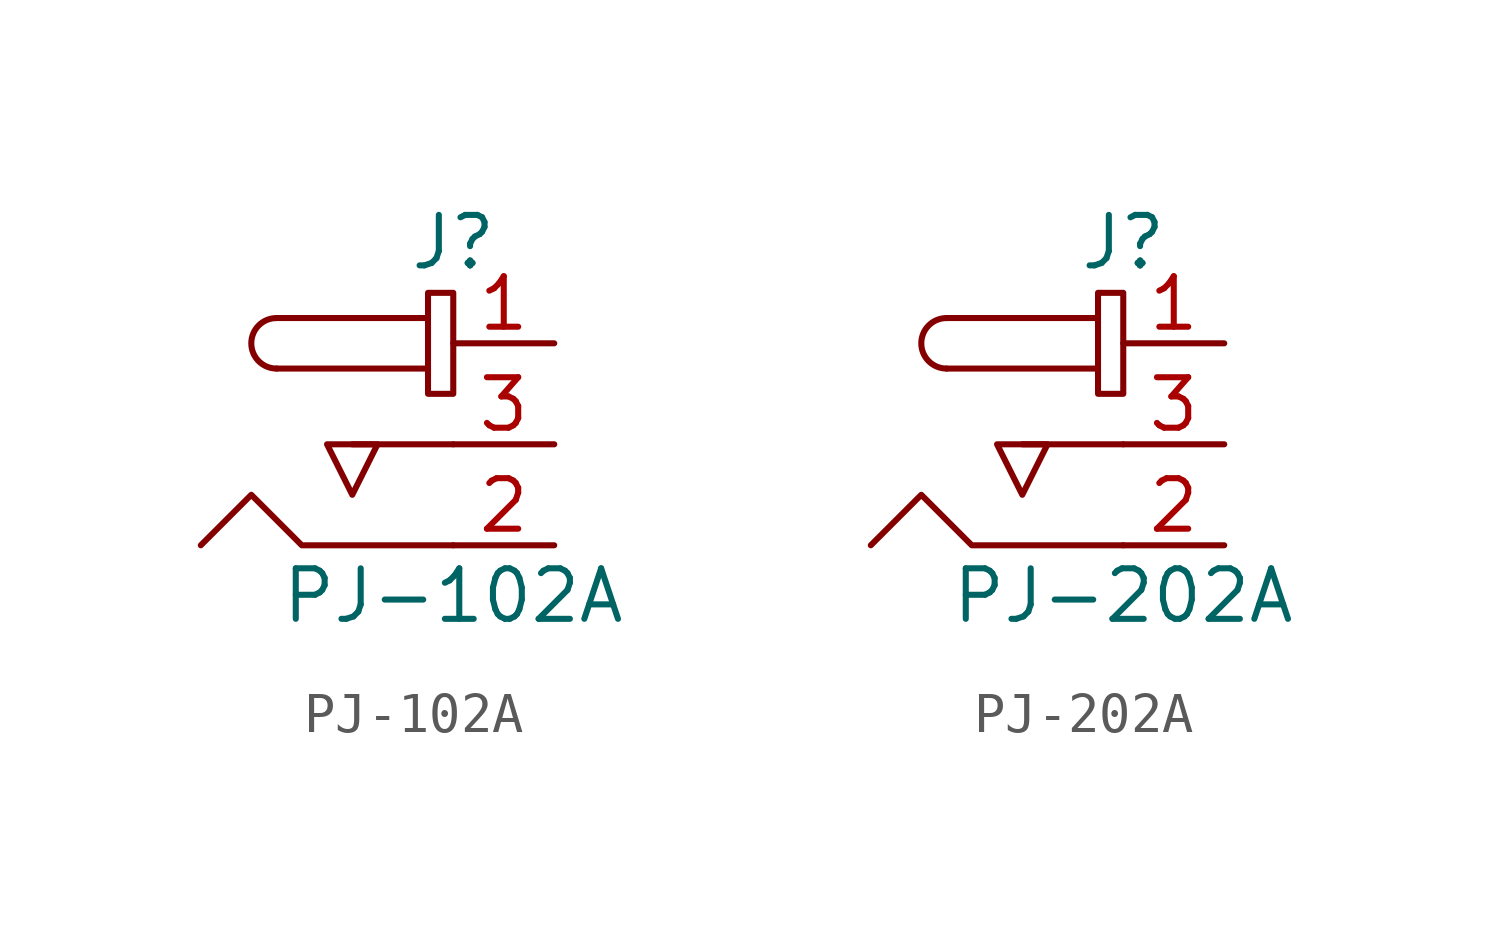
<source format=kicad_sym>
(kicad_symbol_lib
  (version 20220914)
  (generator kicad_symbol_editor)
  (symbol "PJ-102A"
    (pin_names
      (offset 1.016))
    (property "Reference" "J"
      (at 0 2.54 0)
      (effects (font (size 1.27 1.27))))
    (property "Value" "PJ-102A"
      (at 0 -6.35 0)
      (effects (font (size 1.27 1.27))))
    (symbol "PJ-102A_0_1"
      (arc (start -4.445 0.635) (mid -5.0773 0) (end -4.445 -0.635) (stroke (width 0) (type solid)) (fill (type none)))
      (rectangle (start -0.635 1.27) (end 0 -1.27) (stroke (width 0) (type solid)) (fill (type none)))
      (polyline (pts (xy -0.635 -0.635) (xy -4.445 -0.635)) (stroke (width 0) (type solid)) (fill (type none)))
      (polyline (pts (xy -0.635 0.635) (xy -4.445 0.635)) (stroke (width 0) (type solid)) (fill (type none)))
      (polyline (pts (xy 0 -2.54) (xy -1.27 -2.54) (xy -2.54 -2.54)) (stroke (width 0) (type solid)) (fill (type none)))
      (polyline (pts (xy 0 -5.08) (xy -3.81 -5.08) (xy -5.08 -3.81) (xy -6.35 -5.08)) (stroke (width 0) (type solid)) (fill (type none)))
      (polyline (pts (xy -2.54 -2.54) (xy -3.175 -2.54) (xy -2.54 -3.81) (xy -1.905 -2.54) (xy -2.54 -2.54)) (stroke (width 0) (type solid)) (fill (type none))))
    (symbol "PJ-102A_1_1"
      (pin passive line (at 2.54 0 180) (length 2.54) (name "~" (effects (font (size 1.27 1.27)))) (number "1" (effects (font (size 1.27 1.27)))))
      (pin passive line (at 2.54 -5.08 180) (length 2.54) (name "~" (effects (font (size 1.27 1.27)))) (number "2" (effects (font (size 1.27 1.27)))))
      (pin passive line (at 2.54 -2.54 180) (length 2.54) (name "~" (effects (font (size 1.27 1.27)))) (number "3" (effects (font (size 1.27 1.27)))))))
  (symbol "PJ-202A"
    (pin_names
      (offset 1.016))
    (property "Reference" "J"
      (at 0 2.54 0)
      (effects (font (size 1.27 1.27))))
    (property "Value" "PJ-202A"
      (at 0 -6.35 0)
      (effects (font (size 1.27 1.27))))
    (symbol "PJ-202A_1_1"
      (arc (start -4.445 0.635) (mid -5.0773 0) (end -4.445 -0.635) (stroke (width 0) (type solid)) (fill (type none)))
      (rectangle (start -0.635 1.27) (end 0 -1.27) (stroke (width 0) (type solid)) (fill (type none)))
      (polyline (pts (xy -0.635 -0.635) (xy -4.445 -0.635)) (stroke (width 0) (type solid)) (fill (type none)))
      (polyline (pts (xy -0.635 0.635) (xy -4.445 0.635)) (stroke (width 0) (type solid)) (fill (type none)))
      (polyline (pts (xy 0 -2.54) (xy -1.27 -2.54) (xy -2.54 -2.54)) (stroke (width 0) (type solid)) (fill (type none)))
      (polyline (pts (xy 0 -5.08) (xy -3.81 -5.08) (xy -5.08 -3.81) (xy -6.35 -5.08)) (stroke (width 0) (type solid)) (fill (type none)))
      (polyline (pts (xy -2.54 -2.54) (xy -3.175 -2.54) (xy -2.54 -3.81) (xy -1.905 -2.54) (xy -2.54 -2.54)) (stroke (width 0) (type solid)) (fill (type none)))
      (pin passive line (at 2.54 0 180) (length 2.54) (name "~" (effects (font (size 1.27 1.27)))) (number "1" (effects (font (size 1.27 1.27)))))
      (pin passive line (at 2.54 -5.08 180) (length 2.54) (name "~" (effects (font (size 1.27 1.27)))) (number "2" (effects (font (size 1.27 1.27)))))
      (pin passive line (at 2.54 -2.54 180) (length 2.54) (name "~" (effects (font (size 1.27 1.27)))) (number "3" (effects (font (size 1.27 1.27))))))))
</source>
